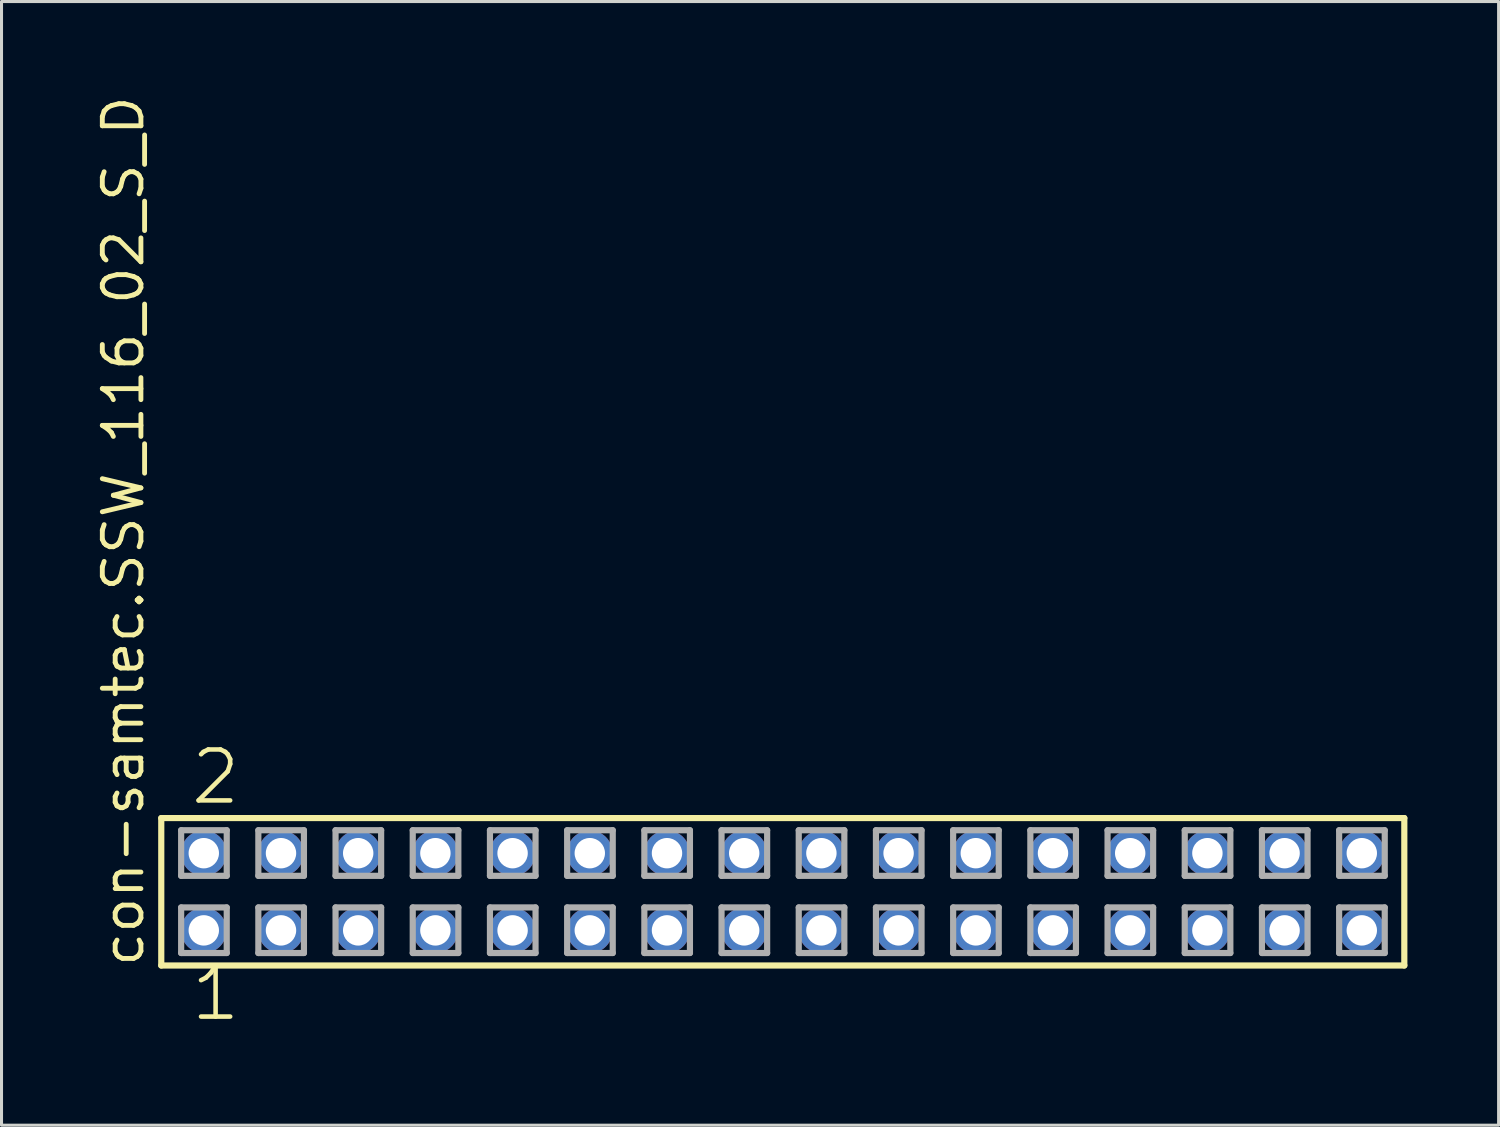
<source format=kicad_pcb>
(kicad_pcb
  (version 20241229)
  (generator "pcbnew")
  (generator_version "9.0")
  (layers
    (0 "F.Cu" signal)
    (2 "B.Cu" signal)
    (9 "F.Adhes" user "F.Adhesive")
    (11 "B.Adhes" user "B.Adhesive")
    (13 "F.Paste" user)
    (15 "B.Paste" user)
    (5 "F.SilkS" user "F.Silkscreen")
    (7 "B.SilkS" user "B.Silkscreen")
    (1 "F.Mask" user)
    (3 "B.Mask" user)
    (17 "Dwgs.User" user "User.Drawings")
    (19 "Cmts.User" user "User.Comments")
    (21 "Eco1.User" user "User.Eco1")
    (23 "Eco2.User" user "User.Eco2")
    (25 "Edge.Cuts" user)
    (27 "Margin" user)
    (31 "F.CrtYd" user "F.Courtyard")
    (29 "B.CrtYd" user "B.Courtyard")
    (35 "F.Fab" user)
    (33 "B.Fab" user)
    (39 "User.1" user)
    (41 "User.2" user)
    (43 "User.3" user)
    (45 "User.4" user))
  (footprint "con-samtec.SSW_116_02_S_D"
    (layer "F.Cu")
    (at 22.705 26.291)
    (property "Reference" "con-samtec.SSW_116_02_S_D" (at -20.955 2.54 90) (layer "F.SilkS") (effects (font (size 1.27 1.27) (thickness 0.16)) (justify left bottom)))
    (attr through_hole)
    (fp_line (start -20.449 -2.425) (end 20.449 -2.425) (stroke (width 0.203) (type default)) (layer "F.SilkS"))
    (fp_line (start -20.449 2.425) (end -20.449 -2.425) (stroke (width 0.203) (type default)) (layer "F.SilkS"))
    (fp_line (start 20.449 -2.425) (end 20.449 2.425) (stroke (width 0.203) (type default)) (layer "F.SilkS"))
    (fp_line (start 20.449 2.425) (end -20.449 2.425) (stroke (width 0.203) (type default)) (layer "F.SilkS"))
    (fp_line (start -19.795 -2.025) (end -18.295 -2.025) (stroke (width 0.203) (type default)) (layer "F.Fab"))
    (fp_line (start -19.795 -0.525) (end -19.795 -2.025) (stroke (width 0.203) (type default)) (layer "F.Fab"))
    (fp_line (start -19.795 0.515) (end -18.295 0.515) (stroke (width 0.203) (type default)) (layer "F.Fab"))
    (fp_line (start -19.795 2.015) (end -19.795 0.515) (stroke (width 0.203) (type default)) (layer "F.Fab"))
    (fp_line (start -18.295 -2.025) (end -18.295 -0.525) (stroke (width 0.203) (type default)) (layer "F.Fab"))
    (fp_line (start -18.295 -0.525) (end -19.795 -0.525) (stroke (width 0.203) (type default)) (layer "F.Fab"))
    (fp_line (start -18.295 0.515) (end -18.295 2.015) (stroke (width 0.203) (type default)) (layer "F.Fab"))
    (fp_line (start -18.295 2.015) (end -19.795 2.015) (stroke (width 0.203) (type default)) (layer "F.Fab"))
    (fp_line (start -17.255 -2.025) (end -15.755 -2.025) (stroke (width 0.203) (type default)) (layer "F.Fab"))
    (fp_line (start -17.255 -0.525) (end -17.255 -2.025) (stroke (width 0.203) (type default)) (layer "F.Fab"))
    (fp_line (start -17.255 0.515) (end -15.755 0.515) (stroke (width 0.203) (type default)) (layer "F.Fab"))
    (fp_line (start -17.255 2.015) (end -17.255 0.515) (stroke (width 0.203) (type default)) (layer "F.Fab"))
    (fp_line (start -15.755 -2.025) (end -15.755 -0.525) (stroke (width 0.203) (type default)) (layer "F.Fab"))
    (fp_line (start -15.755 -0.525) (end -17.255 -0.525) (stroke (width 0.203) (type default)) (layer "F.Fab"))
    (fp_line (start -15.755 0.515) (end -15.755 2.015) (stroke (width 0.203) (type default)) (layer "F.Fab"))
    (fp_line (start -15.755 2.015) (end -17.255 2.015) (stroke (width 0.203) (type default)) (layer "F.Fab"))
    (fp_line (start -14.715 -2.025) (end -13.215 -2.025) (stroke (width 0.203) (type default)) (layer "F.Fab"))
    (fp_line (start -14.715 -0.525) (end -14.715 -2.025) (stroke (width 0.203) (type default)) (layer "F.Fab"))
    (fp_line (start -14.715 0.515) (end -13.215 0.515) (stroke (width 0.203) (type default)) (layer "F.Fab"))
    (fp_line (start -14.715 2.015) (end -14.715 0.515) (stroke (width 0.203) (type default)) (layer "F.Fab"))
    (fp_line (start -13.215 -2.025) (end -13.215 -0.525) (stroke (width 0.203) (type default)) (layer "F.Fab"))
    (fp_line (start -13.215 -0.525) (end -14.715 -0.525) (stroke (width 0.203) (type default)) (layer "F.Fab"))
    (fp_line (start -13.215 0.515) (end -13.215 2.015) (stroke (width 0.203) (type default)) (layer "F.Fab"))
    (fp_line (start -13.215 2.015) (end -14.715 2.015) (stroke (width 0.203) (type default)) (layer "F.Fab"))
    (fp_line (start -12.175 -2.025) (end -10.675 -2.025) (stroke (width 0.203) (type default)) (layer "F.Fab"))
    (fp_line (start -12.175 -0.525) (end -12.175 -2.025) (stroke (width 0.203) (type default)) (layer "F.Fab"))
    (fp_line (start -12.175 0.515) (end -10.675 0.515) (stroke (width 0.203) (type default)) (layer "F.Fab"))
    (fp_line (start -12.175 2.015) (end -12.175 0.515) (stroke (width 0.203) (type default)) (layer "F.Fab"))
    (fp_line (start -10.675 -2.025) (end -10.675 -0.525) (stroke (width 0.203) (type default)) (layer "F.Fab"))
    (fp_line (start -10.675 -0.525) (end -12.175 -0.525) (stroke (width 0.203) (type default)) (layer "F.Fab"))
    (fp_line (start -10.675 0.515) (end -10.675 2.015) (stroke (width 0.203) (type default)) (layer "F.Fab"))
    (fp_line (start -10.675 2.015) (end -12.175 2.015) (stroke (width 0.203) (type default)) (layer "F.Fab"))
    (fp_line (start -9.635 -2.025) (end -8.135 -2.025) (stroke (width 0.203) (type default)) (layer "F.Fab"))
    (fp_line (start -9.635 -0.525) (end -9.635 -2.025) (stroke (width 0.203) (type default)) (layer "F.Fab"))
    (fp_line (start -9.635 0.515) (end -8.135 0.515) (stroke (width 0.203) (type default)) (layer "F.Fab"))
    (fp_line (start -9.635 2.015) (end -9.635 0.515) (stroke (width 0.203) (type default)) (layer "F.Fab"))
    (fp_line (start -8.135 -2.025) (end -8.135 -0.525) (stroke (width 0.203) (type default)) (layer "F.Fab"))
    (fp_line (start -8.135 -0.525) (end -9.635 -0.525) (stroke (width 0.203) (type default)) (layer "F.Fab"))
    (fp_line (start -8.135 0.515) (end -8.135 2.015) (stroke (width 0.203) (type default)) (layer "F.Fab"))
    (fp_line (start -8.135 2.015) (end -9.635 2.015) (stroke (width 0.203) (type default)) (layer "F.Fab"))
    (fp_line (start -7.095 -2.025) (end -5.595 -2.025) (stroke (width 0.203) (type default)) (layer "F.Fab"))
    (fp_line (start -7.095 -0.525) (end -7.095 -2.025) (stroke (width 0.203) (type default)) (layer "F.Fab"))
    (fp_line (start -7.095 0.515) (end -5.595 0.515) (stroke (width 0.203) (type default)) (layer "F.Fab"))
    (fp_line (start -7.095 2.015) (end -7.095 0.515) (stroke (width 0.203) (type default)) (layer "F.Fab"))
    (fp_line (start -5.595 -2.025) (end -5.595 -0.525) (stroke (width 0.203) (type default)) (layer "F.Fab"))
    (fp_line (start -5.595 -0.525) (end -7.095 -0.525) (stroke (width 0.203) (type default)) (layer "F.Fab"))
    (fp_line (start -5.595 0.515) (end -5.595 2.015) (stroke (width 0.203) (type default)) (layer "F.Fab"))
    (fp_line (start -5.595 2.015) (end -7.095 2.015) (stroke (width 0.203) (type default)) (layer "F.Fab"))
    (fp_line (start -4.555 -2.025) (end -3.055 -2.025) (stroke (width 0.203) (type default)) (layer "F.Fab"))
    (fp_line (start -4.555 -0.525) (end -4.555 -2.025) (stroke (width 0.203) (type default)) (layer "F.Fab"))
    (fp_line (start -4.555 0.515) (end -3.055 0.515) (stroke (width 0.203) (type default)) (layer "F.Fab"))
    (fp_line (start -4.555 2.015) (end -4.555 0.515) (stroke (width 0.203) (type default)) (layer "F.Fab"))
    (fp_line (start -3.055 -2.025) (end -3.055 -0.525) (stroke (width 0.203) (type default)) (layer "F.Fab"))
    (fp_line (start -3.055 -0.525) (end -4.555 -0.525) (stroke (width 0.203) (type default)) (layer "F.Fab"))
    (fp_line (start -3.055 0.515) (end -3.055 2.015) (stroke (width 0.203) (type default)) (layer "F.Fab"))
    (fp_line (start -3.055 2.015) (end -4.555 2.015) (stroke (width 0.203) (type default)) (layer "F.Fab"))
    (fp_line (start -2.015 -2.025) (end -0.515 -2.025) (stroke (width 0.203) (type default)) (layer "F.Fab"))
    (fp_line (start -2.015 -0.525) (end -2.015 -2.025) (stroke (width 0.203) (type default)) (layer "F.Fab"))
    (fp_line (start -2.015 0.515) (end -0.515 0.515) (stroke (width 0.203) (type default)) (layer "F.Fab"))
    (fp_line (start -2.015 2.015) (end -2.015 0.515) (stroke (width 0.203) (type default)) (layer "F.Fab"))
    (fp_line (start -0.515 -2.025) (end -0.515 -0.525) (stroke (width 0.203) (type default)) (layer "F.Fab"))
    (fp_line (start -0.515 -0.525) (end -2.015 -0.525) (stroke (width 0.203) (type default)) (layer "F.Fab"))
    (fp_line (start -0.515 0.515) (end -0.515 2.015) (stroke (width 0.203) (type default)) (layer "F.Fab"))
    (fp_line (start -0.515 2.015) (end -2.015 2.015) (stroke (width 0.203) (type default)) (layer "F.Fab"))
    (fp_line (start 0.525 -2.025) (end 2.025 -2.025) (stroke (width 0.203) (type default)) (layer "F.Fab"))
    (fp_line (start 0.525 -0.525) (end 0.525 -2.025) (stroke (width 0.203) (type default)) (layer "F.Fab"))
    (fp_line (start 0.525 0.515) (end 2.025 0.515) (stroke (width 0.203) (type default)) (layer "F.Fab"))
    (fp_line (start 0.525 2.015) (end 0.525 0.515) (stroke (width 0.203) (type default)) (layer "F.Fab"))
    (fp_line (start 2.025 -2.025) (end 2.025 -0.525) (stroke (width 0.203) (type default)) (layer "F.Fab"))
    (fp_line (start 2.025 -0.525) (end 0.525 -0.525) (stroke (width 0.203) (type default)) (layer "F.Fab"))
    (fp_line (start 2.025 0.515) (end 2.025 2.015) (stroke (width 0.203) (type default)) (layer "F.Fab"))
    (fp_line (start 2.025 2.015) (end 0.525 2.015) (stroke (width 0.203) (type default)) (layer "F.Fab"))
    (fp_line (start 3.065 -2.025) (end 4.565 -2.025) (stroke (width 0.203) (type default)) (layer "F.Fab"))
    (fp_line (start 3.065 -0.525) (end 3.065 -2.025) (stroke (width 0.203) (type default)) (layer "F.Fab"))
    (fp_line (start 3.065 0.515) (end 4.565 0.515) (stroke (width 0.203) (type default)) (layer "F.Fab"))
    (fp_line (start 3.065 2.015) (end 3.065 0.515) (stroke (width 0.203) (type default)) (layer "F.Fab"))
    (fp_line (start 4.565 -2.025) (end 4.565 -0.525) (stroke (width 0.203) (type default)) (layer "F.Fab"))
    (fp_line (start 4.565 -0.525) (end 3.065 -0.525) (stroke (width 0.203) (type default)) (layer "F.Fab"))
    (fp_line (start 4.565 0.515) (end 4.565 2.015) (stroke (width 0.203) (type default)) (layer "F.Fab"))
    (fp_line (start 4.565 2.015) (end 3.065 2.015) (stroke (width 0.203) (type default)) (layer "F.Fab"))
    (fp_line (start 5.605 -2.025) (end 7.105 -2.025) (stroke (width 0.203) (type default)) (layer "F.Fab"))
    (fp_line (start 5.605 -0.525) (end 5.605 -2.025) (stroke (width 0.203) (type default)) (layer "F.Fab"))
    (fp_line (start 5.605 0.515) (end 7.105 0.515) (stroke (width 0.203) (type default)) (layer "F.Fab"))
    (fp_line (start 5.605 2.015) (end 5.605 0.515) (stroke (width 0.203) (type default)) (layer "F.Fab"))
    (fp_line (start 7.105 -2.025) (end 7.105 -0.525) (stroke (width 0.203) (type default)) (layer "F.Fab"))
    (fp_line (start 7.105 -0.525) (end 5.605 -0.525) (stroke (width 0.203) (type default)) (layer "F.Fab"))
    (fp_line (start 7.105 0.515) (end 7.105 2.015) (stroke (width 0.203) (type default)) (layer "F.Fab"))
    (fp_line (start 7.105 2.015) (end 5.605 2.015) (stroke (width 0.203) (type default)) (layer "F.Fab"))
    (fp_line (start 8.145 -2.025) (end 9.645 -2.025) (stroke (width 0.203) (type default)) (layer "F.Fab"))
    (fp_line (start 8.145 -0.525) (end 8.145 -2.025) (stroke (width 0.203) (type default)) (layer "F.Fab"))
    (fp_line (start 8.145 0.515) (end 9.645 0.515) (stroke (width 0.203) (type default)) (layer "F.Fab"))
    (fp_line (start 8.145 2.015) (end 8.145 0.515) (stroke (width 0.203) (type default)) (layer "F.Fab"))
    (fp_line (start 9.645 -2.025) (end 9.645 -0.525) (stroke (width 0.203) (type default)) (layer "F.Fab"))
    (fp_line (start 9.645 -0.525) (end 8.145 -0.525) (stroke (width 0.203) (type default)) (layer "F.Fab"))
    (fp_line (start 9.645 0.515) (end 9.645 2.015) (stroke (width 0.203) (type default)) (layer "F.Fab"))
    (fp_line (start 9.645 2.015) (end 8.145 2.015) (stroke (width 0.203) (type default)) (layer "F.Fab"))
    (fp_line (start 10.685 -2.025) (end 12.185 -2.025) (stroke (width 0.203) (type default)) (layer "F.Fab"))
    (fp_line (start 10.685 -0.525) (end 10.685 -2.025) (stroke (width 0.203) (type default)) (layer "F.Fab"))
    (fp_line (start 10.685 0.515) (end 12.185 0.515) (stroke (width 0.203) (type default)) (layer "F.Fab"))
    (fp_line (start 10.685 2.015) (end 10.685 0.515) (stroke (width 0.203) (type default)) (layer "F.Fab"))
    (fp_line (start 12.185 -2.025) (end 12.185 -0.525) (stroke (width 0.203) (type default)) (layer "F.Fab"))
    (fp_line (start 12.185 -0.525) (end 10.685 -0.525) (stroke (width 0.203) (type default)) (layer "F.Fab"))
    (fp_line (start 12.185 0.515) (end 12.185 2.015) (stroke (width 0.203) (type default)) (layer "F.Fab"))
    (fp_line (start 12.185 2.015) (end 10.685 2.015) (stroke (width 0.203) (type default)) (layer "F.Fab"))
    (fp_line (start 13.225 -2.025) (end 14.725 -2.025) (stroke (width 0.203) (type default)) (layer "F.Fab"))
    (fp_line (start 13.225 -0.525) (end 13.225 -2.025) (stroke (width 0.203) (type default)) (layer "F.Fab"))
    (fp_line (start 13.225 0.515) (end 14.725 0.515) (stroke (width 0.203) (type default)) (layer "F.Fab"))
    (fp_line (start 13.225 2.015) (end 13.225 0.515) (stroke (width 0.203) (type default)) (layer "F.Fab"))
    (fp_line (start 14.725 -2.025) (end 14.725 -0.525) (stroke (width 0.203) (type default)) (layer "F.Fab"))
    (fp_line (start 14.725 -0.525) (end 13.225 -0.525) (stroke (width 0.203) (type default)) (layer "F.Fab"))
    (fp_line (start 14.725 0.515) (end 14.725 2.015) (stroke (width 0.203) (type default)) (layer "F.Fab"))
    (fp_line (start 14.725 2.015) (end 13.225 2.015) (stroke (width 0.203) (type default)) (layer "F.Fab"))
    (fp_line (start 15.765 -2.025) (end 17.265 -2.025) (stroke (width 0.203) (type default)) (layer "F.Fab"))
    (fp_line (start 15.765 -0.525) (end 15.765 -2.025) (stroke (width 0.203) (type default)) (layer "F.Fab"))
    (fp_line (start 15.765 0.515) (end 17.265 0.515) (stroke (width 0.203) (type default)) (layer "F.Fab"))
    (fp_line (start 15.765 2.015) (end 15.765 0.515) (stroke (width 0.203) (type default)) (layer "F.Fab"))
    (fp_line (start 17.265 -2.025) (end 17.265 -0.525) (stroke (width 0.203) (type default)) (layer "F.Fab"))
    (fp_line (start 17.265 -0.525) (end 15.765 -0.525) (stroke (width 0.203) (type default)) (layer "F.Fab"))
    (fp_line (start 17.265 0.515) (end 17.265 2.015) (stroke (width 0.203) (type default)) (layer "F.Fab"))
    (fp_line (start 17.265 2.015) (end 15.765 2.015) (stroke (width 0.203) (type default)) (layer "F.Fab"))
    (fp_line (start 18.305 -2.025) (end 19.805 -2.025) (stroke (width 0.203) (type default)) (layer "F.Fab"))
    (fp_line (start 18.305 -0.525) (end 18.305 -2.025) (stroke (width 0.203) (type default)) (layer "F.Fab"))
    (fp_line (start 18.305 0.515) (end 19.805 0.515) (stroke (width 0.203) (type default)) (layer "F.Fab"))
    (fp_line (start 18.305 2.015) (end 18.305 0.515) (stroke (width 0.203) (type default)) (layer "F.Fab"))
    (fp_line (start 19.805 -2.025) (end 19.805 -0.525) (stroke (width 0.203) (type default)) (layer "F.Fab"))
    (fp_line (start 19.805 -0.525) (end 18.305 -0.525) (stroke (width 0.203) (type default)) (layer "F.Fab"))
    (fp_line (start 19.805 0.515) (end 19.805 2.015) (stroke (width 0.203) (type default)) (layer "F.Fab"))
    (fp_line (start 19.805 2.015) (end 18.305 2.015) (stroke (width 0.203) (type default)) (layer "F.Fab"))
    (fp_text user "2" (at -19.558 -2.794 0) (layer "F.SilkS") (effects (font (size 1.676 1.676) (thickness 0.15)) (justify left bottom)))
    (fp_text user "1" (at -19.558 4.318 0) (layer "F.SilkS") (effects (font (size 1.676 1.676) (thickness 0.15)) (justify left bottom)))
    (pad "1" thru_hole circle (at -19.05 1.27) (size 1.5 1.5) (drill 1) (layers "*.Cu" "*.Mask"))
    (pad "2" thru_hole circle (at -19.05 -1.27) (size 1.5 1.5) (drill 1) (layers "*.Cu" "*.Mask"))
    (pad "3" thru_hole circle (at -16.51 1.27) (size 1.5 1.5) (drill 1) (layers "*.Cu" "*.Mask"))
    (pad "4" thru_hole circle (at -16.51 -1.27) (size 1.5 1.5) (drill 1) (layers "*.Cu" "*.Mask"))
    (pad "5" thru_hole circle (at -13.97 1.27) (size 1.5 1.5) (drill 1) (layers "*.Cu" "*.Mask"))
    (pad "6" thru_hole circle (at -13.97 -1.27) (size 1.5 1.5) (drill 1) (layers "*.Cu" "*.Mask"))
    (pad "7" thru_hole circle (at -11.43 1.27) (size 1.5 1.5) (drill 1) (layers "*.Cu" "*.Mask"))
    (pad "8" thru_hole circle (at -11.43 -1.27) (size 1.5 1.5) (drill 1) (layers "*.Cu" "*.Mask"))
    (pad "9" thru_hole circle (at -8.89 1.27) (size 1.5 1.5) (drill 1) (layers "*.Cu" "*.Mask"))
    (pad "10" thru_hole circle (at -8.89 -1.27) (size 1.5 1.5) (drill 1) (layers "*.Cu" "*.Mask"))
    (pad "11" thru_hole circle (at -6.35 1.27) (size 1.5 1.5) (drill 1) (layers "*.Cu" "*.Mask"))
    (pad "12" thru_hole circle (at -6.35 -1.27) (size 1.5 1.5) (drill 1) (layers "*.Cu" "*.Mask"))
    (pad "13" thru_hole circle (at -3.81 1.27) (size 1.5 1.5) (drill 1) (layers "*.Cu" "*.Mask"))
    (pad "14" thru_hole circle (at -3.81 -1.27) (size 1.5 1.5) (drill 1) (layers "*.Cu" "*.Mask"))
    (pad "15" thru_hole circle (at -1.27 1.27) (size 1.5 1.5) (drill 1) (layers "*.Cu" "*.Mask"))
    (pad "16" thru_hole circle (at -1.27 -1.27) (size 1.5 1.5) (drill 1) (layers "*.Cu" "*.Mask"))
    (pad "17" thru_hole circle (at 1.27 1.27) (size 1.5 1.5) (drill 1) (layers "*.Cu" "*.Mask"))
    (pad "18" thru_hole circle (at 1.27 -1.27) (size 1.5 1.5) (drill 1) (layers "*.Cu" "*.Mask"))
    (pad "19" thru_hole circle (at 3.81 1.27) (size 1.5 1.5) (drill 1) (layers "*.Cu" "*.Mask"))
    (pad "20" thru_hole circle (at 3.81 -1.27) (size 1.5 1.5) (drill 1) (layers "*.Cu" "*.Mask"))
    (pad "21" thru_hole circle (at 6.35 1.27) (size 1.5 1.5) (drill 1) (layers "*.Cu" "*.Mask"))
    (pad "22" thru_hole circle (at 6.35 -1.27) (size 1.5 1.5) (drill 1) (layers "*.Cu" "*.Mask"))
    (pad "23" thru_hole circle (at 8.89 1.27) (size 1.5 1.5) (drill 1) (layers "*.Cu" "*.Mask"))
    (pad "24" thru_hole circle (at 8.89 -1.27) (size 1.5 1.5) (drill 1) (layers "*.Cu" "*.Mask"))
    (pad "25" thru_hole circle (at 11.43 1.27) (size 1.5 1.5) (drill 1) (layers "*.Cu" "*.Mask"))
    (pad "26" thru_hole circle (at 11.43 -1.27) (size 1.5 1.5) (drill 1) (layers "*.Cu" "*.Mask"))
    (pad "27" thru_hole circle (at 13.97 1.27) (size 1.5 1.5) (drill 1) (layers "*.Cu" "*.Mask"))
    (pad "28" thru_hole circle (at 13.97 -1.27) (size 1.5 1.5) (drill 1) (layers "*.Cu" "*.Mask"))
    (pad "29" thru_hole circle (at 16.51 1.27) (size 1.5 1.5) (drill 1) (layers "*.Cu" "*.Mask"))
    (pad "30" thru_hole circle (at 16.51 -1.27) (size 1.5 1.5) (drill 1) (layers "*.Cu" "*.Mask"))
    (pad "31" thru_hole circle (at 19.05 1.27) (size 1.5 1.5) (drill 1) (layers "*.Cu" "*.Mask"))
    (pad "32" thru_hole circle (at 19.05 -1.27) (size 1.5 1.5) (drill 1) (layers "*.Cu" "*.Mask")))
  (gr_rect
    (start -3 -3)
    (end 46.256 33.971)
    (stroke (width 0.1) (type default))
    (fill no)
    (layer "Edge.Cuts")))
</source>
